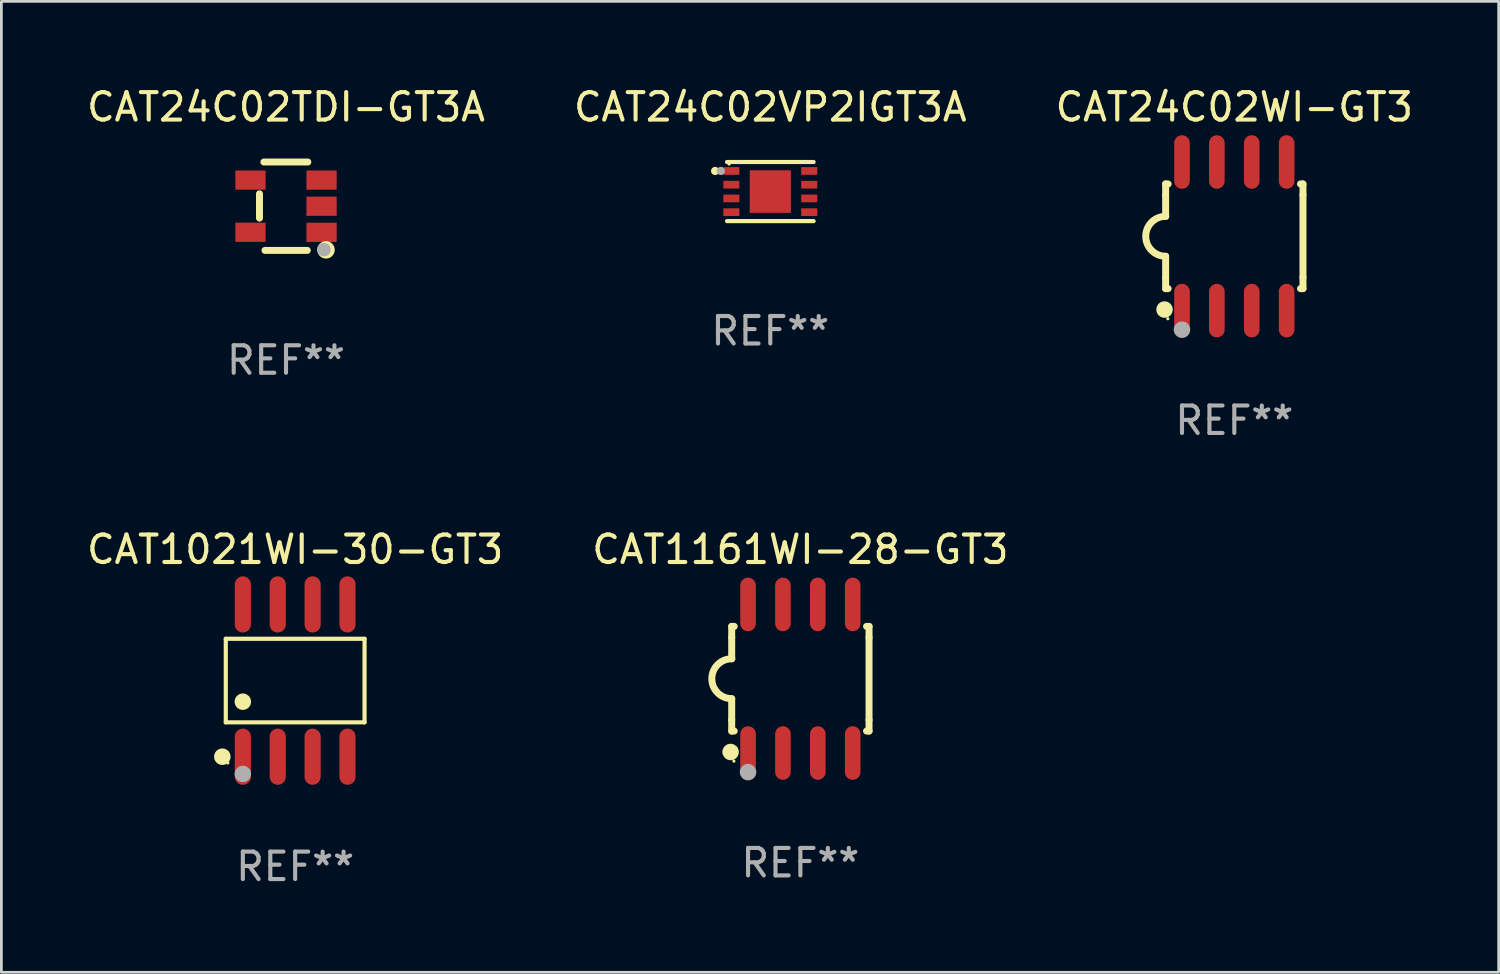
<source format=kicad_pcb>
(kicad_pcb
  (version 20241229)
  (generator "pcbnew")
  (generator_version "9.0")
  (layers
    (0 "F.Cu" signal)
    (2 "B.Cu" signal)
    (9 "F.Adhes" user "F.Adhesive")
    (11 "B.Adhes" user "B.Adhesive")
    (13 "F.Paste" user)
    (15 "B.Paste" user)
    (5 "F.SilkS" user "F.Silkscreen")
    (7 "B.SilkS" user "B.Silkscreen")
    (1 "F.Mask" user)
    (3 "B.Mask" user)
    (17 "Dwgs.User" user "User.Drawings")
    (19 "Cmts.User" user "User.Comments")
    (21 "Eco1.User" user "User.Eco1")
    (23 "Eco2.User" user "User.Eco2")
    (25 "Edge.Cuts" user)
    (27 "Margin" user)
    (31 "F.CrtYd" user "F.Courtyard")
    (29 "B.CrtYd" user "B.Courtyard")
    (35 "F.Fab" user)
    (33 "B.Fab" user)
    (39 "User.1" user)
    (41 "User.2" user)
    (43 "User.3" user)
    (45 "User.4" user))
  (footprint "CAT24C02WI-GT3"
    (layer "F.Cu")
    (at 41.887 5.553)
    (property "Reference" "CAT24C02WI-GT3" (at 0 -4.705 0) (layer "F.SilkS") (effects (font (size 1 1) (thickness 0.15))))
    (attr through_hole)
    (fp_line (start -2.5 -1.905) (end -2.409 -1.905) (stroke (width 0.254) (type solid)) (layer "F.SilkS"))
    (fp_line (start -2.5 -1.5) (end -2.5 -1.905) (stroke (width 0.254) (type solid)) (layer "F.SilkS"))
    (fp_line (start -2.5 -1.5) (end -2.5 -0.726) (stroke (width 0.254) (type solid)) (layer "F.SilkS"))
    (fp_line (start -2.5 1.5) (end -2.5 0.727) (stroke (width 0.254) (type solid)) (layer "F.SilkS"))
    (fp_line (start -2.5 1.5) (end -2.5 1.905) (stroke (width 0.254) (type solid)) (layer "F.SilkS"))
    (fp_line (start -2.5 1.905) (end -2.409 1.905) (stroke (width 0.254) (type solid)) (layer "F.SilkS"))
    (fp_line (start 2.5 -1.905) (end 2.409 -1.905) (stroke (width 0.254) (type solid)) (layer "F.SilkS"))
    (fp_line (start 2.5 -1.5) (end 2.5 -1.905) (stroke (width 0.254) (type solid)) (layer "F.SilkS"))
    (fp_line (start 2.5 -1.5) (end 2.5 1.5) (stroke (width 0.254) (type solid)) (layer "F.SilkS"))
    (fp_line (start 2.5 1.5) (end 2.5 1.905) (stroke (width 0.254) (type solid)) (layer "F.SilkS"))
    (fp_line (start 2.5 1.905) (end 2.409 1.905) (stroke (width 0.254) (type solid)) (layer "F.SilkS"))
    (fp_arc (start -2.5 0.726568) (mid -3.220316 -0.0023) (end -2.495097 -0.726289) (stroke (width 0.254001) (type solid)) (layer "F.SilkS"))
    (fp_circle (center -2.54 2.667) (end -2.39 2.667) (stroke (width 0.3) (type solid)) (fill no) (layer "F.SilkS"))
    (fp_circle (center -2.42 3) (end -2.39 3) (stroke (width 0.06) (type solid)) (fill no) (layer "F.SilkS"))
    (fp_circle (center -1.905 3.4) (end -1.755 3.4) (stroke (width 0.3) (type solid)) (fill no) (layer "F.Fab"))
    (fp_text user "REF**" (at 0 6.705 0) (layer "F.Fab") (effects (font (size 1 1) (thickness 0.15))))
    (pad "1" smd oval (at -1.905 2.705) (size 0.568 1.95) (layers "F.Cu" "F.Mask" "F.Paste"))
    (pad "2" smd oval (at -0.635 2.705) (size 0.568 1.95) (layers "F.Cu" "F.Mask" "F.Paste"))
    (pad "3" smd oval (at 0.635 2.705) (size 0.568 1.95) (layers "F.Cu" "F.Mask" "F.Paste"))
    (pad "4" smd oval (at 1.905 2.705) (size 0.568 1.95) (layers "F.Cu" "F.Mask" "F.Paste"))
    (pad "5" smd oval (at 1.905 -2.705) (size 0.568 1.95) (layers "F.Cu" "F.Mask" "F.Paste"))
    (pad "6" smd oval (at 0.635 -2.705) (size 0.568 1.95) (layers "F.Cu" "F.Mask" "F.Paste"))
    (pad "7" smd oval (at -0.635 -2.705) (size 0.568 1.95) (layers "F.Cu" "F.Mask" "F.Paste"))
    (pad "8" smd oval (at -1.905 -2.705) (size 0.568 1.95) (layers "F.Cu" "F.Mask" "F.Paste")))
  (footprint "CAT24C02VP2IGT3A"
    (layer "F.Cu")
    (at 24.994 3.924)
    (property "Reference" "CAT24C02VP2IGT3A" (at 0 -3.076 0) (layer "F.SilkS") (effects (font (size 1 1) (thickness 0.15))))
    (attr through_hole)
    (fp_line (start -1.576 -1.076) (end 1.576 -1.076) (stroke (width 0.152) (type solid)) (layer "F.SilkS"))
    (fp_line (start -1.576 1.076) (end 1.576 1.076) (stroke (width 0.152) (type solid)) (layer "F.SilkS"))
    (fp_circle (center -2.01 -0.75) (end -1.935 -0.75) (stroke (width 0.15) (type solid)) (fill no) (layer "F.SilkS"))
    (fp_circle (center -1.5 -1) (end -1.47 -1) (stroke (width 0.06) (type solid)) (fill no) (layer "F.SilkS"))
    (fp_circle (center -1.8 -0.75) (end -1.725 -0.75) (stroke (width 0.15) (type solid)) (fill no) (layer "F.Fab"))
    (fp_text user "REF**" (at 0 5.076 0) (layer "F.Fab") (effects (font (size 1 1) (thickness 0.15))))
    (pad "1" smd rect (at -1.418 -0.75) (size 0.585 0.28) (layers "F.Cu" "F.Mask" "F.Paste"))
    (pad "2" smd rect (at -1.418 -0.25) (size 0.585 0.28) (layers "F.Cu" "F.Mask" "F.Paste"))
    (pad "3" smd rect (at -1.418 0.25) (size 0.585 0.28) (layers "F.Cu" "F.Mask" "F.Paste"))
    (pad "4" smd rect (at -1.418 0.75) (size 0.585 0.28) (layers "F.Cu" "F.Mask" "F.Paste"))
    (pad "5" smd rect (at 1.418 0.75) (size 0.585 0.28) (layers "F.Cu" "F.Mask" "F.Paste"))
    (pad "6" smd rect (at 1.418 0.25) (size 0.585 0.28) (layers "F.Cu" "F.Mask" "F.Paste"))
    (pad "7" smd rect (at 1.418 -0.25) (size 0.585 0.28) (layers "F.Cu" "F.Mask" "F.Paste"))
    (pad "8" smd rect (at 1.418 -0.75) (size 0.585 0.28) (layers "F.Cu" "F.Mask" "F.Paste"))
    (pad "9" smd rect (at 0 0) (size 1.5 1.55) (layers "F.Cu" "F.Mask" "F.Paste")))
  (footprint "CAT1021WI-30-GT3"
    (layer "F.Cu")
    (at 7.696 21.727)
    (property "Reference" "CAT1021WI-30-GT3" (at 0 -4.772 0) (layer "F.SilkS") (effects (font (size 1 1) (thickness 0.15))))
    (attr through_hole)
    (fp_line (start -2.526 -1.521) (end 2.526 -1.521) (stroke (width 0.152) (type solid)) (layer "F.SilkS"))
    (fp_line (start -2.526 1.521) (end -2.526 -1.521) (stroke (width 0.152) (type solid)) (layer "F.SilkS"))
    (fp_line (start 2.526 -1.521) (end 2.526 1.521) (stroke (width 0.152) (type solid)) (layer "F.SilkS"))
    (fp_line (start 2.526 1.521) (end -2.526 1.521) (stroke (width 0.152) (type solid)) (layer "F.SilkS"))
    (fp_circle (center -2.652 2.772) (end -2.501 2.772) (stroke (width 0.3) (type solid)) (fill no) (layer "F.SilkS"))
    (fp_circle (center -2.45 3) (end -2.42 3) (stroke (width 0.06) (type solid)) (fill no) (layer "F.SilkS"))
    (fp_circle (center -1.905 0.769) (end -1.755 0.769) (stroke (width 0.3) (type solid)) (fill no) (layer "F.SilkS"))
    (fp_circle (center -1.905 3.4) (end -1.755 3.4) (stroke (width 0.3) (type solid)) (fill no) (layer "F.Fab"))
    (fp_text user "REF**" (at 0 6.772 0) (layer "F.Fab") (effects (font (size 1 1) (thickness 0.15))))
    (pad "1" smd oval (at -1.905 2.772) (size 0.588 2.045) (layers "F.Cu" "F.Mask" "F.Paste"))
    (pad "2" smd oval (at -0.635 2.772) (size 0.588 2.045) (layers "F.Cu" "F.Mask" "F.Paste"))
    (pad "3" smd oval (at 0.635 2.772) (size 0.588 2.045) (layers "F.Cu" "F.Mask" "F.Paste"))
    (pad "4" smd oval (at 1.905 2.772) (size 0.588 2.045) (layers "F.Cu" "F.Mask" "F.Paste"))
    (pad "5" smd oval (at 1.905 -2.772) (size 0.588 2.045) (layers "F.Cu" "F.Mask" "F.Paste"))
    (pad "6" smd oval (at 0.635 -2.772) (size 0.588 2.045) (layers "F.Cu" "F.Mask" "F.Paste"))
    (pad "7" smd oval (at -0.635 -2.772) (size 0.588 2.045) (layers "F.Cu" "F.Mask" "F.Paste"))
    (pad "8" smd oval (at -1.905 -2.772) (size 0.588 2.045) (layers "F.Cu" "F.Mask" "F.Paste")))
  (footprint "CAT24C02TDI-GT3A"
    (layer "F.Cu")
    (at 7.363 4.457)
    (property "Reference" "CAT24C02TDI-GT3A" (at 0 -3.609 0) (layer "F.SilkS") (effects (font (size 1 1) (thickness 0.15))))
    (attr through_hole)
    (fp_line (start -0.966 0.433) (end -0.966 -0.451) (stroke (width 0.254) (type solid)) (layer "F.SilkS"))
    (fp_line (start -0.806 -1.609) (end 0.794 -1.609) (stroke (width 0.254) (type solid)) (layer "F.SilkS"))
    (fp_line (start -0.766 1.609) (end 0.774 1.609) (stroke (width 0.254) (type solid)) (layer "F.SilkS"))
    (fp_circle (center 1.4 1.45) (end 1.43 1.45) (stroke (width 0.06) (type solid)) (fill no) (layer "F.SilkS"))
    (fp_circle (center 1.456 1.589) (end 1.52 1.589) (stroke (width 0.254) (type solid)) (fill no) (layer "F.SilkS"))
    (fp_circle (center 1.38 1.58) (end 1.505 1.58) (stroke (width 0.25) (type solid)) (fill no) (layer "F.Fab"))
    (fp_text user "REF**" (at 0 5.609 0) (layer "F.Fab") (effects (font (size 1 1) (thickness 0.15))))
    (pad "1" smd rect (at 1.294 0.951) (size 1.1 0.7) (layers "F.Cu" "F.Mask" "F.Paste"))
    (pad "2" smd rect (at 1.294 0.001) (size 1.1 0.7) (layers "F.Cu" "F.Mask" "F.Paste"))
    (pad "3" smd rect (at 1.294 -0.951) (size 1.1 0.7) (layers "F.Cu" "F.Mask" "F.Paste"))
    (pad "4" smd rect (at -1.294 -0.951 180) (size 1.1 0.7) (layers "F.Cu" "F.Mask" "F.Paste"))
    (pad "5" smd rect (at -1.294 0.949 180) (size 1.1 0.7) (layers "F.Cu" "F.Mask" "F.Paste")))
  (footprint "CAT1161WI-28-GT3"
    (layer "F.Cu")
    (at 26.089 21.66)
    (property "Reference" "CAT1161WI-28-GT3" (at 0 -4.705 0) (layer "F.SilkS") (effects (font (size 1 1) (thickness 0.15))))
    (attr through_hole)
    (fp_line (start -2.5 -1.905) (end -2.409 -1.905) (stroke (width 0.254) (type solid)) (layer "F.SilkS"))
    (fp_line (start -2.5 -1.5) (end -2.5 -1.905) (stroke (width 0.254) (type solid)) (layer "F.SilkS"))
    (fp_line (start -2.5 -1.5) (end -2.5 -0.726) (stroke (width 0.254) (type solid)) (layer "F.SilkS"))
    (fp_line (start -2.5 1.5) (end -2.5 0.727) (stroke (width 0.254) (type solid)) (layer "F.SilkS"))
    (fp_line (start -2.5 1.5) (end -2.5 1.905) (stroke (width 0.254) (type solid)) (layer "F.SilkS"))
    (fp_line (start -2.5 1.905) (end -2.409 1.905) (stroke (width 0.254) (type solid)) (layer "F.SilkS"))
    (fp_line (start 2.5 -1.905) (end 2.409 -1.905) (stroke (width 0.254) (type solid)) (layer "F.SilkS"))
    (fp_line (start 2.5 -1.5) (end 2.5 -1.905) (stroke (width 0.254) (type solid)) (layer "F.SilkS"))
    (fp_line (start 2.5 -1.5) (end 2.5 1.5) (stroke (width 0.254) (type solid)) (layer "F.SilkS"))
    (fp_line (start 2.5 1.5) (end 2.5 1.905) (stroke (width 0.254) (type solid)) (layer "F.SilkS"))
    (fp_line (start 2.5 1.905) (end 2.409 1.905) (stroke (width 0.254) (type solid)) (layer "F.SilkS"))
    (fp_arc (start -2.5 0.726568) (mid -3.220316 -0.0023) (end -2.495097 -0.726289) (stroke (width 0.254001) (type solid)) (layer "F.SilkS"))
    (fp_circle (center -2.54 2.667) (end -2.39 2.667) (stroke (width 0.3) (type solid)) (fill no) (layer "F.SilkS"))
    (fp_circle (center -2.42 3) (end -2.39 3) (stroke (width 0.06) (type solid)) (fill no) (layer "F.SilkS"))
    (fp_circle (center -1.905 3.4) (end -1.755 3.4) (stroke (width 0.3) (type solid)) (fill no) (layer "F.Fab"))
    (fp_text user "REF**" (at 0 6.705 0) (layer "F.Fab") (effects (font (size 1 1) (thickness 0.15))))
    (pad "1" smd oval (at -1.905 2.705) (size 0.568 1.95) (layers "F.Cu" "F.Mask" "F.Paste"))
    (pad "2" smd oval (at -0.635 2.705) (size 0.568 1.95) (layers "F.Cu" "F.Mask" "F.Paste"))
    (pad "3" smd oval (at 0.635 2.705) (size 0.568 1.95) (layers "F.Cu" "F.Mask" "F.Paste"))
    (pad "4" smd oval (at 1.905 2.705) (size 0.568 1.95) (layers "F.Cu" "F.Mask" "F.Paste"))
    (pad "5" smd oval (at 1.905 -2.705) (size 0.568 1.95) (layers "F.Cu" "F.Mask" "F.Paste"))
    (pad "6" smd oval (at 0.635 -2.705) (size 0.568 1.95) (layers "F.Cu" "F.Mask" "F.Paste"))
    (pad "7" smd oval (at -0.635 -2.705) (size 0.568 1.95) (layers "F.Cu" "F.Mask" "F.Paste"))
    (pad "8" smd oval (at -1.905 -2.705) (size 0.568 1.95) (layers "F.Cu" "F.Mask" "F.Paste")))
  (gr_rect
    (start -3 -3)
    (end 51.512 32.348)
    (stroke (width 0.1) (type default))
    (fill no)
    (layer "Edge.Cuts")))
</source>
